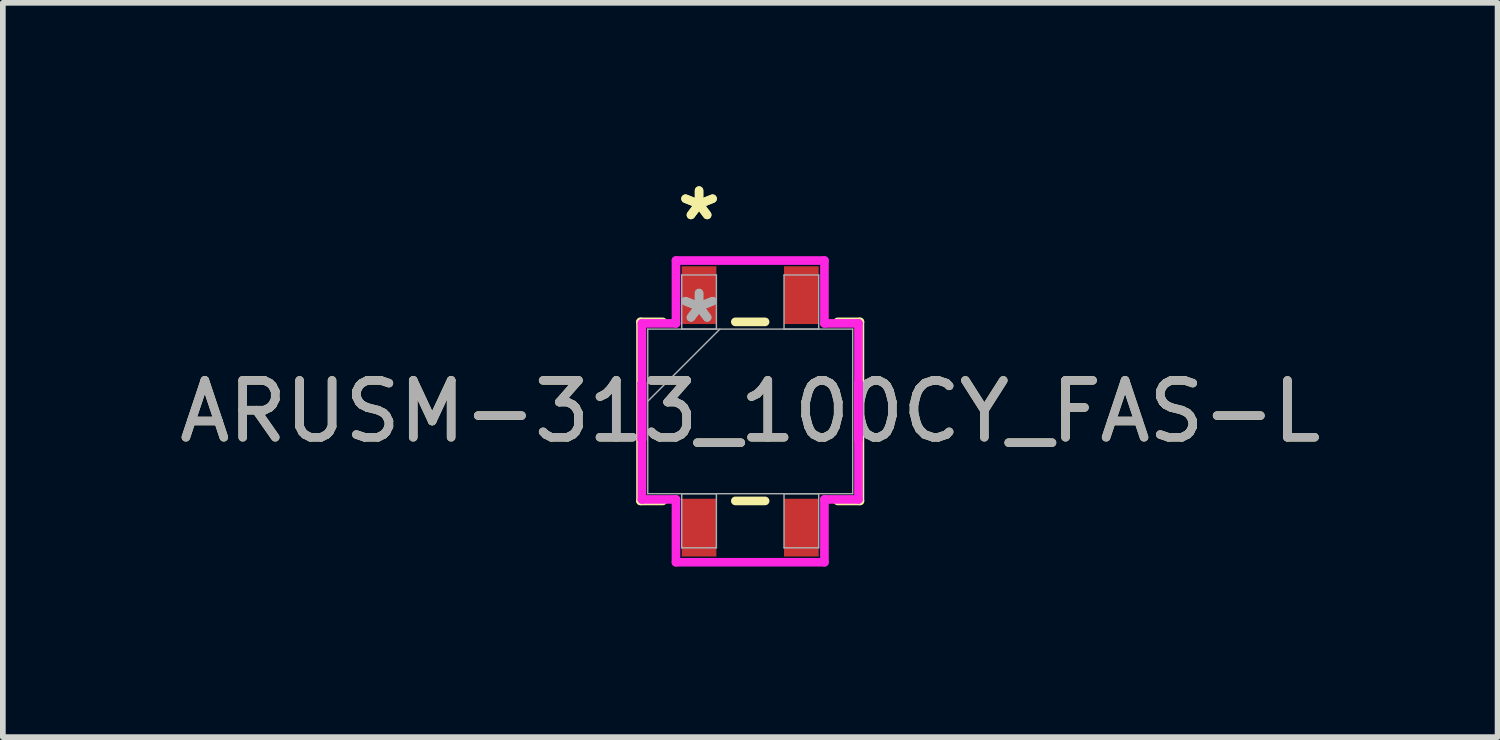
<source format=kicad_pcb>
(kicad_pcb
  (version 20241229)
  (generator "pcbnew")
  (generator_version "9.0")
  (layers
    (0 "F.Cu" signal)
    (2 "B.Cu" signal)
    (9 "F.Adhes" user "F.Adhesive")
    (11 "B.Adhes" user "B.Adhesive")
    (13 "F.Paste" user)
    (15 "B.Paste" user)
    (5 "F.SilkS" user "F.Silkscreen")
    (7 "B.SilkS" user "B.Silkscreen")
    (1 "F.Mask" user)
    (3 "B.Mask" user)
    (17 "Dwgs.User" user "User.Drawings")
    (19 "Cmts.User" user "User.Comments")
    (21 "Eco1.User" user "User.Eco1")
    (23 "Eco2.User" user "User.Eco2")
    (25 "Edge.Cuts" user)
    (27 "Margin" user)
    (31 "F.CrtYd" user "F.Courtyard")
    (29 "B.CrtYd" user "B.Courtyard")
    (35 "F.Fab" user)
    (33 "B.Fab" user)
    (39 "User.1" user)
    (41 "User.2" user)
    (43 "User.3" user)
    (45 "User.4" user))
  (footprint "ARUSM-313_100CY_FAS-L"
    (layer "F.Cu")
    (at 10.149 4.188)
    (property "Reference" "ARUSM-313_100CY_FAS-L" (at 0 0 0) (unlocked yes) (layer "F.SilkS") (effects (font (size 1 1) (thickness 0.15))))
    (attr smd)
    (fp_line (start -1.93 -1.575) (end -1.93 1.575) (stroke (width 0.152) (type solid)) (layer "F.SilkS"))
    (fp_line (start -1.93 1.575) (end -1.538 1.575) (stroke (width 0.152) (type solid)) (layer "F.SilkS"))
    (fp_line (start -1.538 -1.575) (end -1.93 -1.575) (stroke (width 0.152) (type solid)) (layer "F.SilkS"))
    (fp_line (start -0.262 1.575) (end 0.262 1.575) (stroke (width 0.152) (type solid)) (layer "F.SilkS"))
    (fp_line (start 0.262 -1.575) (end -0.262 -1.575) (stroke (width 0.152) (type solid)) (layer "F.SilkS"))
    (fp_line (start 1.538 1.575) (end 1.93 1.575) (stroke (width 0.152) (type solid)) (layer "F.SilkS"))
    (fp_line (start 1.93 -1.575) (end 1.538 -1.575) (stroke (width 0.152) (type solid)) (layer "F.SilkS"))
    (fp_line (start 1.93 1.575) (end 1.93 -1.575) (stroke (width 0.152) (type solid)) (layer "F.SilkS"))
    (fp_line (start -1.905 -1.549) (end -1.306 -1.549) (stroke (width 0.152) (type solid)) (layer "F.CrtYd"))
    (fp_line (start -1.905 -0.494) (end -1.905 -0.494) (stroke (width 0.152) (type solid)) (layer "F.CrtYd"))
    (fp_line (start -1.905 -0.494) (end -1.905 0.494) (stroke (width 0.152) (type solid)) (layer "F.CrtYd"))
    (fp_line (start -1.905 0.494) (end -1.905 -1.549) (stroke (width 0.152) (type solid)) (layer "F.CrtYd"))
    (fp_line (start -1.905 0.494) (end -1.905 0.494) (stroke (width 0.152) (type solid)) (layer "F.CrtYd"))
    (fp_line (start -1.905 1.549) (end -1.905 -0.494) (stroke (width 0.152) (type solid)) (layer "F.CrtYd"))
    (fp_line (start -1.905 1.549) (end -1.306 1.549) (stroke (width 0.152) (type solid)) (layer "F.CrtYd"))
    (fp_line (start -1.306 -2.654) (end 1.306 -2.654) (stroke (width 0.152) (type solid)) (layer "F.CrtYd"))
    (fp_line (start -1.306 -1.549) (end -1.306 -2.654) (stroke (width 0.152) (type solid)) (layer "F.CrtYd"))
    (fp_line (start -1.306 1.549) (end -1.306 2.654) (stroke (width 0.152) (type solid)) (layer "F.CrtYd"))
    (fp_line (start -1.306 2.654) (end 1.306 2.654) (stroke (width 0.152) (type solid)) (layer "F.CrtYd"))
    (fp_line (start 1.306 -2.654) (end 1.306 -1.549) (stroke (width 0.152) (type solid)) (layer "F.CrtYd"))
    (fp_line (start 1.306 -1.549) (end 1.905 -1.549) (stroke (width 0.152) (type solid)) (layer "F.CrtYd"))
    (fp_line (start 1.306 1.549) (end 1.905 1.549) (stroke (width 0.152) (type solid)) (layer "F.CrtYd"))
    (fp_line (start 1.306 2.654) (end 1.306 1.549) (stroke (width 0.152) (type solid)) (layer "F.CrtYd"))
    (fp_line (start 1.905 -0.494) (end 1.905 -0.494) (stroke (width 0.152) (type solid)) (layer "F.CrtYd"))
    (fp_line (start 1.905 -0.494) (end 1.905 0.494) (stroke (width 0.152) (type solid)) (layer "F.CrtYd"))
    (fp_line (start 1.905 0.494) (end 1.905 -1.549) (stroke (width 0.152) (type solid)) (layer "F.CrtYd"))
    (fp_line (start 1.905 0.494) (end 1.905 0.494) (stroke (width 0.152) (type solid)) (layer "F.CrtYd"))
    (fp_line (start 1.905 1.549) (end 1.905 -0.494) (stroke (width 0.152) (type solid)) (layer "F.CrtYd"))
    (fp_line (start -1.803 -1.448) (end -1.803 1.448) (stroke (width 0.025) (type solid)) (layer "F.Fab"))
    (fp_line (start -1.803 -0.178) (end -0.533 -1.448) (stroke (width 0.025) (type solid)) (layer "F.Fab"))
    (fp_line (start -1.803 1.448) (end 1.803 1.448) (stroke (width 0.025) (type solid)) (layer "F.Fab"))
    (fp_line (start -1.205 -2.4) (end -1.205 -1.448) (stroke (width 0.025) (type solid)) (layer "F.Fab"))
    (fp_line (start -1.205 -1.448) (end -0.595 -1.448) (stroke (width 0.025) (type solid)) (layer "F.Fab"))
    (fp_line (start -1.205 1.448) (end -1.205 2.4) (stroke (width 0.025) (type solid)) (layer "F.Fab"))
    (fp_line (start -1.205 2.4) (end -0.595 2.4) (stroke (width 0.025) (type solid)) (layer "F.Fab"))
    (fp_line (start -0.595 -2.4) (end -1.205 -2.4) (stroke (width 0.025) (type solid)) (layer "F.Fab"))
    (fp_line (start -0.595 -1.448) (end -0.595 -2.4) (stroke (width 0.025) (type solid)) (layer "F.Fab"))
    (fp_line (start -0.595 1.448) (end -1.205 1.448) (stroke (width 0.025) (type solid)) (layer "F.Fab"))
    (fp_line (start -0.595 2.4) (end -0.595 1.448) (stroke (width 0.025) (type solid)) (layer "F.Fab"))
    (fp_line (start 0.595 -2.4) (end 0.595 -1.448) (stroke (width 0.025) (type solid)) (layer "F.Fab"))
    (fp_line (start 0.595 -1.448) (end 1.205 -1.448) (stroke (width 0.025) (type solid)) (layer "F.Fab"))
    (fp_line (start 0.595 1.448) (end 0.595 2.4) (stroke (width 0.025) (type solid)) (layer "F.Fab"))
    (fp_line (start 0.595 2.4) (end 1.205 2.4) (stroke (width 0.025) (type solid)) (layer "F.Fab"))
    (fp_line (start 1.205 -2.4) (end 0.595 -2.4) (stroke (width 0.025) (type solid)) (layer "F.Fab"))
    (fp_line (start 1.205 -1.448) (end 1.205 -2.4) (stroke (width 0.025) (type solid)) (layer "F.Fab"))
    (fp_line (start 1.205 1.448) (end 0.595 1.448) (stroke (width 0.025) (type solid)) (layer "F.Fab"))
    (fp_line (start 1.205 2.4) (end 1.205 1.448) (stroke (width 0.025) (type solid)) (layer "F.Fab"))
    (fp_line (start 1.803 -1.448) (end -1.803 -1.448) (stroke (width 0.025) (type solid)) (layer "F.Fab"))
    (fp_line (start 1.803 1.448) (end 1.803 -1.448) (stroke (width 0.025) (type solid)) (layer "F.Fab"))
    (fp_text user "*" (at -0.9 -3.34 0) (layer "F.SilkS") (effects (font (size 1 1) (thickness 0.15))))
    (fp_text user "*" (at -0.9 -3.34 0) (unlocked yes) (layer "F.SilkS") (effects (font (size 1 1) (thickness 0.15))))
    (fp_text user "*" (at -0.9 -1.537 0) (unlocked yes) (layer "F.Fab") (effects (font (size 1 1) (thickness 0.15))))
    (fp_text user "${REFERENCE}" (at 0 0 0) (unlocked yes) (layer "F.Fab") (effects (font (size 1 1) (thickness 0.15))))
    (fp_text user "*" (at -0.9 -1.537 0) (layer "F.Fab") (effects (font (size 1 1) (thickness 0.15))))
    (pad "1" smd rect (at -0.9 -2.045) (size 0.61 1.016) (layers "F.Cu" "F.Mask" "F.Paste"))
    (pad "2" smd rect (at -0.9 2.045) (size 0.61 1.016) (layers "F.Cu" "F.Mask" "F.Paste"))
    (pad "3" smd rect (at 0.9 2.045) (size 0.61 1.016) (layers "F.Cu" "F.Mask" "F.Paste"))
    (pad "4" smd rect (at 0.9 -2.045) (size 0.61 1.016) (layers "F.Cu" "F.Mask" "F.Paste")))
  (gr_rect
    (start -3 -3)
    (end 23.298 9.919)
    (stroke (width 0.1) (type default))
    (fill no)
    (layer "Edge.Cuts")))
</source>
